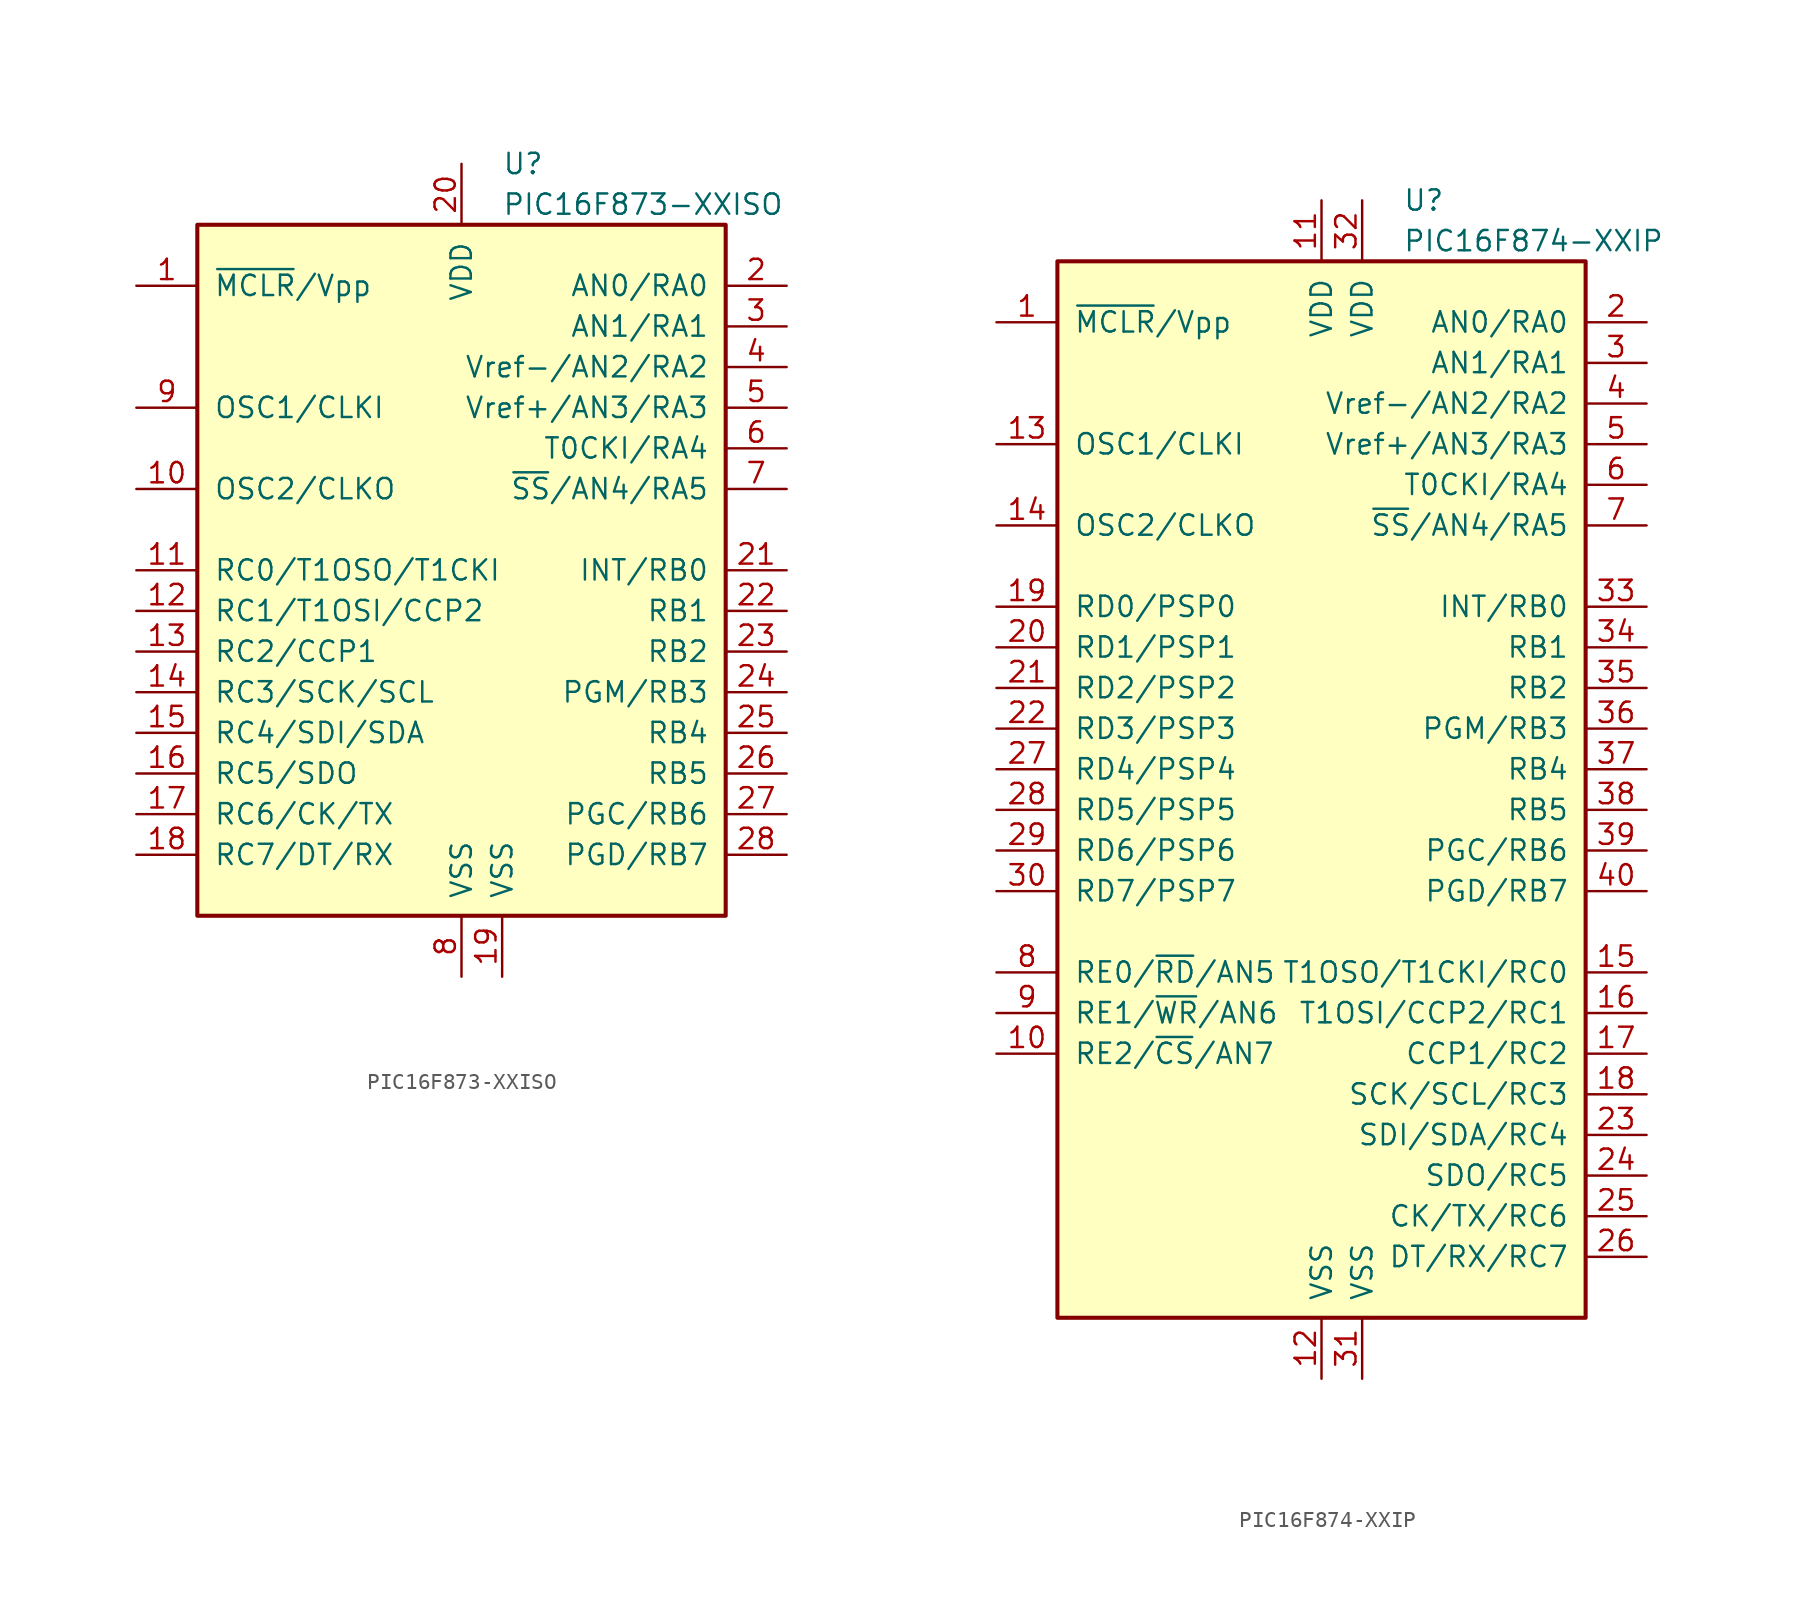
<source format=kicad_sym>
(kicad_symbol_lib
  (version 20220914)
  (generator kicad_symbol_editor)
  (symbol "PIC16F873-XXISO"
    (pin_names
      (offset 1.016))
    (property "Reference" "U"
      (at 2.54 25.4 0)
      (effects (font (size 1.27 1.27)) (justify left)))
    (property "Value" "PIC16F873-XXISO"
      (at 2.54 22.86 0)
      (effects (font (size 1.27 1.27)) (justify left)))
    (symbol "PIC16F873-XXISO_0_1"
      (rectangle (start -16.51 21.59) (end 16.51 -21.59) (stroke (width 0.254) (type default)) (fill (type background))))
    (symbol "PIC16F873-XXISO_1_1"
      (pin input line (at -20.32 17.78 0) (length 3.81) (name "~{MCLR}/Vpp" (effects (font (size 1.27 1.27)))) (number "1" (effects (font (size 1.27 1.27)))))
      (pin output line (at -20.32 5.08 0) (length 3.81) (name "OSC2/CLKO" (effects (font (size 1.27 1.27)))) (number "10" (effects (font (size 1.27 1.27)))))
      (pin bidirectional line (at -20.32 0 0) (length 3.81) (name "RC0/T1OSO/T1CKI" (effects (font (size 1.27 1.27)))) (number "11" (effects (font (size 1.27 1.27)))))
      (pin bidirectional line (at -20.32 -2.54 0) (length 3.81) (name "RC1/T1OSI/CCP2" (effects (font (size 1.27 1.27)))) (number "12" (effects (font (size 1.27 1.27)))))
      (pin bidirectional line (at -20.32 -5.08 0) (length 3.81) (name "RC2/CCP1" (effects (font (size 1.27 1.27)))) (number "13" (effects (font (size 1.27 1.27)))))
      (pin bidirectional line (at -20.32 -7.62 0) (length 3.81) (name "RC3/SCK/SCL" (effects (font (size 1.27 1.27)))) (number "14" (effects (font (size 1.27 1.27)))))
      (pin bidirectional line (at -20.32 -10.16 0) (length 3.81) (name "RC4/SDI/SDA" (effects (font (size 1.27 1.27)))) (number "15" (effects (font (size 1.27 1.27)))))
      (pin bidirectional line (at -20.32 -12.7 0) (length 3.81) (name "RC5/SDO" (effects (font (size 1.27 1.27)))) (number "16" (effects (font (size 1.27 1.27)))))
      (pin bidirectional line (at -20.32 -15.24 0) (length 3.81) (name "RC6/CK/TX" (effects (font (size 1.27 1.27)))) (number "17" (effects (font (size 1.27 1.27)))))
      (pin bidirectional line (at -20.32 -17.78 0) (length 3.81) (name "RC7/DT/RX" (effects (font (size 1.27 1.27)))) (number "18" (effects (font (size 1.27 1.27)))))
      (pin power_in line (at 2.54 -25.4 90) (length 3.81) (name "VSS" (effects (font (size 1.27 1.27)))) (number "19" (effects (font (size 1.27 1.27)))))
      (pin bidirectional line (at 20.32 17.78 180) (length 3.81) (name "AN0/RA0" (effects (font (size 1.27 1.27)))) (number "2" (effects (font (size 1.27 1.27)))))
      (pin power_in line (at 0 25.4 270) (length 3.81) (name "VDD" (effects (font (size 1.27 1.27)))) (number "20" (effects (font (size 1.27 1.27)))))
      (pin bidirectional line (at 20.32 0 180) (length 3.81) (name "INT/RB0" (effects (font (size 1.27 1.27)))) (number "21" (effects (font (size 1.27 1.27)))))
      (pin bidirectional line (at 20.32 -2.54 180) (length 3.81) (name "RB1" (effects (font (size 1.27 1.27)))) (number "22" (effects (font (size 1.27 1.27)))))
      (pin bidirectional line (at 20.32 -5.08 180) (length 3.81) (name "RB2" (effects (font (size 1.27 1.27)))) (number "23" (effects (font (size 1.27 1.27)))))
      (pin bidirectional line (at 20.32 -7.62 180) (length 3.81) (name "PGM/RB3" (effects (font (size 1.27 1.27)))) (number "24" (effects (font (size 1.27 1.27)))))
      (pin bidirectional line (at 20.32 -10.16 180) (length 3.81) (name "RB4" (effects (font (size 1.27 1.27)))) (number "25" (effects (font (size 1.27 1.27)))))
      (pin bidirectional line (at 20.32 -12.7 180) (length 3.81) (name "RB5" (effects (font (size 1.27 1.27)))) (number "26" (effects (font (size 1.27 1.27)))))
      (pin bidirectional line (at 20.32 -15.24 180) (length 3.81) (name "PGC/RB6" (effects (font (size 1.27 1.27)))) (number "27" (effects (font (size 1.27 1.27)))))
      (pin bidirectional line (at 20.32 -17.78 180) (length 3.81) (name "PGD/RB7" (effects (font (size 1.27 1.27)))) (number "28" (effects (font (size 1.27 1.27)))))
      (pin bidirectional line (at 20.32 15.24 180) (length 3.81) (name "AN1/RA1" (effects (font (size 1.27 1.27)))) (number "3" (effects (font (size 1.27 1.27)))))
      (pin bidirectional line (at 20.32 12.7 180) (length 3.81) (name "Vref-/AN2/RA2" (effects (font (size 1.27 1.27)))) (number "4" (effects (font (size 1.27 1.27)))))
      (pin bidirectional line (at 20.32 10.16 180) (length 3.81) (name "Vref+/AN3/RA3" (effects (font (size 1.27 1.27)))) (number "5" (effects (font (size 1.27 1.27)))))
      (pin bidirectional line (at 20.32 7.62 180) (length 3.81) (name "T0CKI/RA4" (effects (font (size 1.27 1.27)))) (number "6" (effects (font (size 1.27 1.27)))))
      (pin bidirectional line (at 20.32 5.08 180) (length 3.81) (name "~{SS}/AN4/RA5" (effects (font (size 1.27 1.27)))) (number "7" (effects (font (size 1.27 1.27)))))
      (pin power_in line (at 0 -25.4 90) (length 3.81) (name "VSS" (effects (font (size 1.27 1.27)))) (number "8" (effects (font (size 1.27 1.27)))))
      (pin input line (at -20.32 10.16 0) (length 3.81) (name "OSC1/CLKI" (effects (font (size 1.27 1.27)))) (number "9" (effects (font (size 1.27 1.27)))))))
  (symbol "PIC16F874-XXIP"
    (pin_names
      (offset 1.016))
    (property "Reference" "U"
      (at 5.08 35.56 0)
      (effects (font (size 1.27 1.27)) (justify left)))
    (property "Value" "PIC16F874-XXIP"
      (at 5.08 33.02 0)
      (effects (font (size 1.27 1.27)) (justify left)))
    (symbol "PIC16F874-XXIP_0_1"
      (rectangle (start -16.51 31.75) (end 16.51 -34.29) (stroke (width 0.254) (type default)) (fill (type background))))
    (symbol "PIC16F874-XXIP_1_1"
      (pin input line (at -20.32 27.94 0) (length 3.81) (name "~{MCLR}/Vpp" (effects (font (size 1.27 1.27)))) (number "1" (effects (font (size 1.27 1.27)))))
      (pin bidirectional line (at -20.32 -17.78 0) (length 3.81) (name "RE2/~{CS}/AN7" (effects (font (size 1.27 1.27)))) (number "10" (effects (font (size 1.27 1.27)))))
      (pin power_in line (at 0 35.56 270) (length 3.81) (name "VDD" (effects (font (size 1.27 1.27)))) (number "11" (effects (font (size 1.27 1.27)))))
      (pin power_in line (at 0 -38.1 90) (length 3.81) (name "VSS" (effects (font (size 1.27 1.27)))) (number "12" (effects (font (size 1.27 1.27)))))
      (pin input line (at -20.32 20.32 0) (length 3.81) (name "OSC1/CLKI" (effects (font (size 1.27 1.27)))) (number "13" (effects (font (size 1.27 1.27)))))
      (pin output line (at -20.32 15.24 0) (length 3.81) (name "OSC2/CLKO" (effects (font (size 1.27 1.27)))) (number "14" (effects (font (size 1.27 1.27)))))
      (pin bidirectional line (at 20.32 -12.7 180) (length 3.81) (name "T1OSO/T1CKI/RC0" (effects (font (size 1.27 1.27)))) (number "15" (effects (font (size 1.27 1.27)))))
      (pin bidirectional line (at 20.32 -15.24 180) (length 3.81) (name "T1OSI/CCP2/RC1" (effects (font (size 1.27 1.27)))) (number "16" (effects (font (size 1.27 1.27)))))
      (pin bidirectional line (at 20.32 -17.78 180) (length 3.81) (name "CCP1/RC2" (effects (font (size 1.27 1.27)))) (number "17" (effects (font (size 1.27 1.27)))))
      (pin bidirectional line (at 20.32 -20.32 180) (length 3.81) (name "SCK/SCL/RC3" (effects (font (size 1.27 1.27)))) (number "18" (effects (font (size 1.27 1.27)))))
      (pin bidirectional line (at -20.32 10.16 0) (length 3.81) (name "RD0/PSP0" (effects (font (size 1.27 1.27)))) (number "19" (effects (font (size 1.27 1.27)))))
      (pin bidirectional line (at 20.32 27.94 180) (length 3.81) (name "AN0/RA0" (effects (font (size 1.27 1.27)))) (number "2" (effects (font (size 1.27 1.27)))))
      (pin bidirectional line (at -20.32 7.62 0) (length 3.81) (name "RD1/PSP1" (effects (font (size 1.27 1.27)))) (number "20" (effects (font (size 1.27 1.27)))))
      (pin bidirectional line (at -20.32 5.08 0) (length 3.81) (name "RD2/PSP2" (effects (font (size 1.27 1.27)))) (number "21" (effects (font (size 1.27 1.27)))))
      (pin bidirectional line (at -20.32 2.54 0) (length 3.81) (name "RD3/PSP3" (effects (font (size 1.27 1.27)))) (number "22" (effects (font (size 1.27 1.27)))))
      (pin bidirectional line (at 20.32 -22.86 180) (length 3.81) (name "SDI/SDA/RC4" (effects (font (size 1.27 1.27)))) (number "23" (effects (font (size 1.27 1.27)))))
      (pin bidirectional line (at 20.32 -25.4 180) (length 3.81) (name "SDO/RC5" (effects (font (size 1.27 1.27)))) (number "24" (effects (font (size 1.27 1.27)))))
      (pin bidirectional line (at 20.32 -27.94 180) (length 3.81) (name "CK/TX/RC6" (effects (font (size 1.27 1.27)))) (number "25" (effects (font (size 1.27 1.27)))))
      (pin bidirectional line (at 20.32 -30.48 180) (length 3.81) (name "DT/RX/RC7" (effects (font (size 1.27 1.27)))) (number "26" (effects (font (size 1.27 1.27)))))
      (pin bidirectional line (at -20.32 0 0) (length 3.81) (name "RD4/PSP4" (effects (font (size 1.27 1.27)))) (number "27" (effects (font (size 1.27 1.27)))))
      (pin bidirectional line (at -20.32 -2.54 0) (length 3.81) (name "RD5/PSP5" (effects (font (size 1.27 1.27)))) (number "28" (effects (font (size 1.27 1.27)))))
      (pin bidirectional line (at -20.32 -5.08 0) (length 3.81) (name "RD6/PSP6" (effects (font (size 1.27 1.27)))) (number "29" (effects (font (size 1.27 1.27)))))
      (pin bidirectional line (at 20.32 25.4 180) (length 3.81) (name "AN1/RA1" (effects (font (size 1.27 1.27)))) (number "3" (effects (font (size 1.27 1.27)))))
      (pin bidirectional line (at -20.32 -7.62 0) (length 3.81) (name "RD7/PSP7" (effects (font (size 1.27 1.27)))) (number "30" (effects (font (size 1.27 1.27)))))
      (pin power_in line (at 2.54 -38.1 90) (length 3.81) (name "VSS" (effects (font (size 1.27 1.27)))) (number "31" (effects (font (size 1.27 1.27)))))
      (pin power_in line (at 2.54 35.56 270) (length 3.81) (name "VDD" (effects (font (size 1.27 1.27)))) (number "32" (effects (font (size 1.27 1.27)))))
      (pin bidirectional line (at 20.32 10.16 180) (length 3.81) (name "INT/RB0" (effects (font (size 1.27 1.27)))) (number "33" (effects (font (size 1.27 1.27)))))
      (pin bidirectional line (at 20.32 7.62 180) (length 3.81) (name "RB1" (effects (font (size 1.27 1.27)))) (number "34" (effects (font (size 1.27 1.27)))))
      (pin bidirectional line (at 20.32 5.08 180) (length 3.81) (name "RB2" (effects (font (size 1.27 1.27)))) (number "35" (effects (font (size 1.27 1.27)))))
      (pin bidirectional line (at 20.32 2.54 180) (length 3.81) (name "PGM/RB3" (effects (font (size 1.27 1.27)))) (number "36" (effects (font (size 1.27 1.27)))))
      (pin bidirectional line (at 20.32 0 180) (length 3.81) (name "RB4" (effects (font (size 1.27 1.27)))) (number "37" (effects (font (size 1.27 1.27)))))
      (pin bidirectional line (at 20.32 -2.54 180) (length 3.81) (name "RB5" (effects (font (size 1.27 1.27)))) (number "38" (effects (font (size 1.27 1.27)))))
      (pin bidirectional line (at 20.32 -5.08 180) (length 3.81) (name "PGC/RB6" (effects (font (size 1.27 1.27)))) (number "39" (effects (font (size 1.27 1.27)))))
      (pin bidirectional line (at 20.32 22.86 180) (length 3.81) (name "Vref-/AN2/RA2" (effects (font (size 1.27 1.27)))) (number "4" (effects (font (size 1.27 1.27)))))
      (pin bidirectional line (at 20.32 -7.62 180) (length 3.81) (name "PGD/RB7" (effects (font (size 1.27 1.27)))) (number "40" (effects (font (size 1.27 1.27)))))
      (pin bidirectional line (at 20.32 20.32 180) (length 3.81) (name "Vref+/AN3/RA3" (effects (font (size 1.27 1.27)))) (number "5" (effects (font (size 1.27 1.27)))))
      (pin bidirectional line (at 20.32 17.78 180) (length 3.81) (name "T0CKI/RA4" (effects (font (size 1.27 1.27)))) (number "6" (effects (font (size 1.27 1.27)))))
      (pin bidirectional line (at 20.32 15.24 180) (length 3.81) (name "~{SS}/AN4/RA5" (effects (font (size 1.27 1.27)))) (number "7" (effects (font (size 1.27 1.27)))))
      (pin bidirectional line (at -20.32 -12.7 0) (length 3.81) (name "RE0/~{RD}/AN5" (effects (font (size 1.27 1.27)))) (number "8" (effects (font (size 1.27 1.27)))))
      (pin bidirectional line (at -20.32 -15.24 0) (length 3.81) (name "RE1/~{WR}/AN6" (effects (font (size 1.27 1.27)))) (number "9" (effects (font (size 1.27 1.27))))))))
</source>
